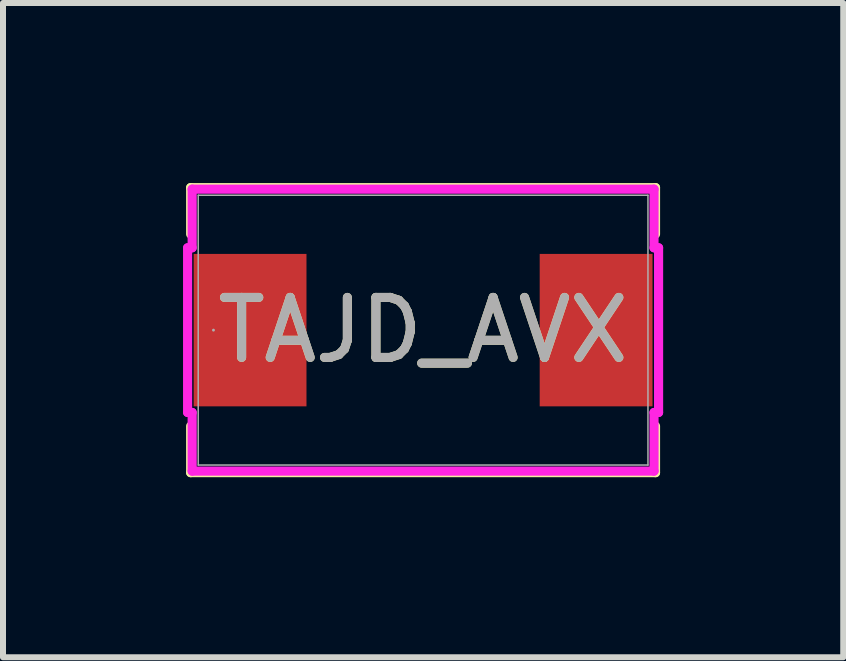
<source format=kicad_pcb>
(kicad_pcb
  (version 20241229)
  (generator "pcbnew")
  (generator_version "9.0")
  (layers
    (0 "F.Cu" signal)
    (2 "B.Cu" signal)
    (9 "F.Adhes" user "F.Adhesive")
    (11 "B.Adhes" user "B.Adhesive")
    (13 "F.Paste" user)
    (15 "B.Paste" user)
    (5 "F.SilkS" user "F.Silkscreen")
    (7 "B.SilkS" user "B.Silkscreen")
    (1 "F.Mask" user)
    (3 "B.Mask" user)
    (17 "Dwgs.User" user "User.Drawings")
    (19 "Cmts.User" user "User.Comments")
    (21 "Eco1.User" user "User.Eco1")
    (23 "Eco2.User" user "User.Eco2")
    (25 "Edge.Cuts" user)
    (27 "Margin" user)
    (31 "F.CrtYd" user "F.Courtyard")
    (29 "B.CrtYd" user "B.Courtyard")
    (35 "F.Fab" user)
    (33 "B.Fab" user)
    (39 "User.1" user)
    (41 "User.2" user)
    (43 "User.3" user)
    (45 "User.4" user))
  (footprint "TAJD_AVX"
    (layer "F.Cu")
    (at 4 2.451)
    (property "Reference" "TAJD_AVX" (at 0 0 0) (unlocked yes) (layer "F.SilkS") (effects (font (size 1 1) (thickness 0.15))))
    (attr smd)
    (fp_line (start -3.873 -2.375) (end -3.873 -1.599) (stroke (width 0.152) (type solid)) (layer "F.SilkS"))
    (fp_line (start -3.873 1.599) (end -3.873 2.375) (stroke (width 0.152) (type solid)) (layer "F.SilkS"))
    (fp_line (start -3.873 2.375) (end 3.873 2.375) (stroke (width 0.152) (type solid)) (layer "F.SilkS"))
    (fp_line (start 3.873 -2.375) (end -3.873 -2.375) (stroke (width 0.152) (type solid)) (layer "F.SilkS"))
    (fp_line (start 3.873 -1.599) (end 3.873 -2.375) (stroke (width 0.152) (type solid)) (layer "F.SilkS"))
    (fp_line (start 3.873 2.375) (end 3.873 1.599) (stroke (width 0.152) (type solid)) (layer "F.SilkS"))
    (fp_line (start -3.924 -1.372) (end -3.848 -1.372) (stroke (width 0.152) (type solid)) (layer "F.CrtYd"))
    (fp_line (start -3.924 1.372) (end -3.924 -1.372) (stroke (width 0.152) (type solid)) (layer "F.CrtYd"))
    (fp_line (start -3.848 -2.349) (end 3.848 -2.349) (stroke (width 0.152) (type solid)) (layer "F.CrtYd"))
    (fp_line (start -3.848 -1.372) (end -3.848 -2.349) (stroke (width 0.152) (type solid)) (layer "F.CrtYd"))
    (fp_line (start -3.848 1.372) (end -3.924 1.372) (stroke (width 0.152) (type solid)) (layer "F.CrtYd"))
    (fp_line (start -3.848 2.349) (end -3.848 1.372) (stroke (width 0.152) (type solid)) (layer "F.CrtYd"))
    (fp_line (start 3.848 -2.349) (end 3.848 -1.372) (stroke (width 0.152) (type solid)) (layer "F.CrtYd"))
    (fp_line (start 3.848 -1.372) (end 3.924 -1.372) (stroke (width 0.152) (type solid)) (layer "F.CrtYd"))
    (fp_line (start 3.848 1.372) (end 3.848 2.349) (stroke (width 0.152) (type solid)) (layer "F.CrtYd"))
    (fp_line (start 3.848 2.349) (end -3.848 2.349) (stroke (width 0.152) (type solid)) (layer "F.CrtYd"))
    (fp_line (start 3.924 -1.372) (end 3.924 1.372) (stroke (width 0.152) (type solid)) (layer "F.CrtYd"))
    (fp_line (start 3.924 1.372) (end 3.848 1.372) (stroke (width 0.152) (type solid)) (layer "F.CrtYd"))
    (fp_line (start -3.747 -2.248) (end -3.747 2.248) (stroke (width 0.025) (type solid)) (layer "F.Fab"))
    (fp_line (start -3.747 2.248) (end 3.747 2.248) (stroke (width 0.025) (type solid)) (layer "F.Fab"))
    (fp_line (start 3.747 -2.248) (end -3.747 -2.248) (stroke (width 0.025) (type solid)) (layer "F.Fab"))
    (fp_line (start 3.747 2.248) (end 3.747 -2.248) (stroke (width 0.025) (type solid)) (layer "F.Fab"))
    (fp_circle (center -3.493 0) (end -3.493 0) (stroke (width 0.025) (type solid)) (fill no) (layer "F.Fab"))
    (fp_text user "${REFERENCE}" (at 0 0 0) (unlocked yes) (layer "F.Fab") (effects (font (size 1 1) (thickness 0.15))))
    (pad "1" smd rect (at -2.883 0 90) (size 2.54 1.88) (layers "F.Cu" "F.Mask" "F.Paste"))
    (pad "2" smd rect (at 2.883 0 90) (size 2.54 1.88) (layers "F.Cu" "F.Mask" "F.Paste"))
    (zone (net_name "") (layer "F.Cu") (hatch full 0.508) (connect_pads) (min_thickness 0.254) (filled_areas_thickness no) (keepout (tracks not_allowed) (vias not_allowed) (pads allowed) (copperpour not_allowed) (footprints allowed)) (placement (enabled no)) (fill) (polygon (pts (xy 0.305 0.254) (xy 7.696 0.254) (xy 7.696 1.105) (xy 0.305 1.105))))
    (zone (net_name "") (layer "F.Cu") (hatch full 0.508) (connect_pads) (min_thickness 0.254) (filled_areas_thickness no) (keepout (tracks not_allowed) (vias not_allowed) (pads allowed) (copperpour not_allowed) (footprints allowed)) (placement (enabled no)) (fill) (polygon (pts (xy 0.305 3.797) (xy 7.696 3.797) (xy 7.696 4.648) (xy 0.305 4.648))))
    (zone (net_name "") (layer "F.Cu") (hatch full 0.508) (connect_pads) (min_thickness 0.254) (filled_areas_thickness no) (keepout (tracks not_allowed) (vias not_allowed) (pads allowed) (copperpour not_allowed) (footprints allowed)) (placement (enabled no)) (fill) (polygon (pts (xy 2.108 1.105) (xy 5.893 1.105) (xy 5.893 3.797) (xy 2.108 3.797)))))
  (gr_rect
    (start -3 -3)
    (end 11.001 7.902)
    (stroke (width 0.1) (type default))
    (fill no)
    (layer "Edge.Cuts")))
</source>
